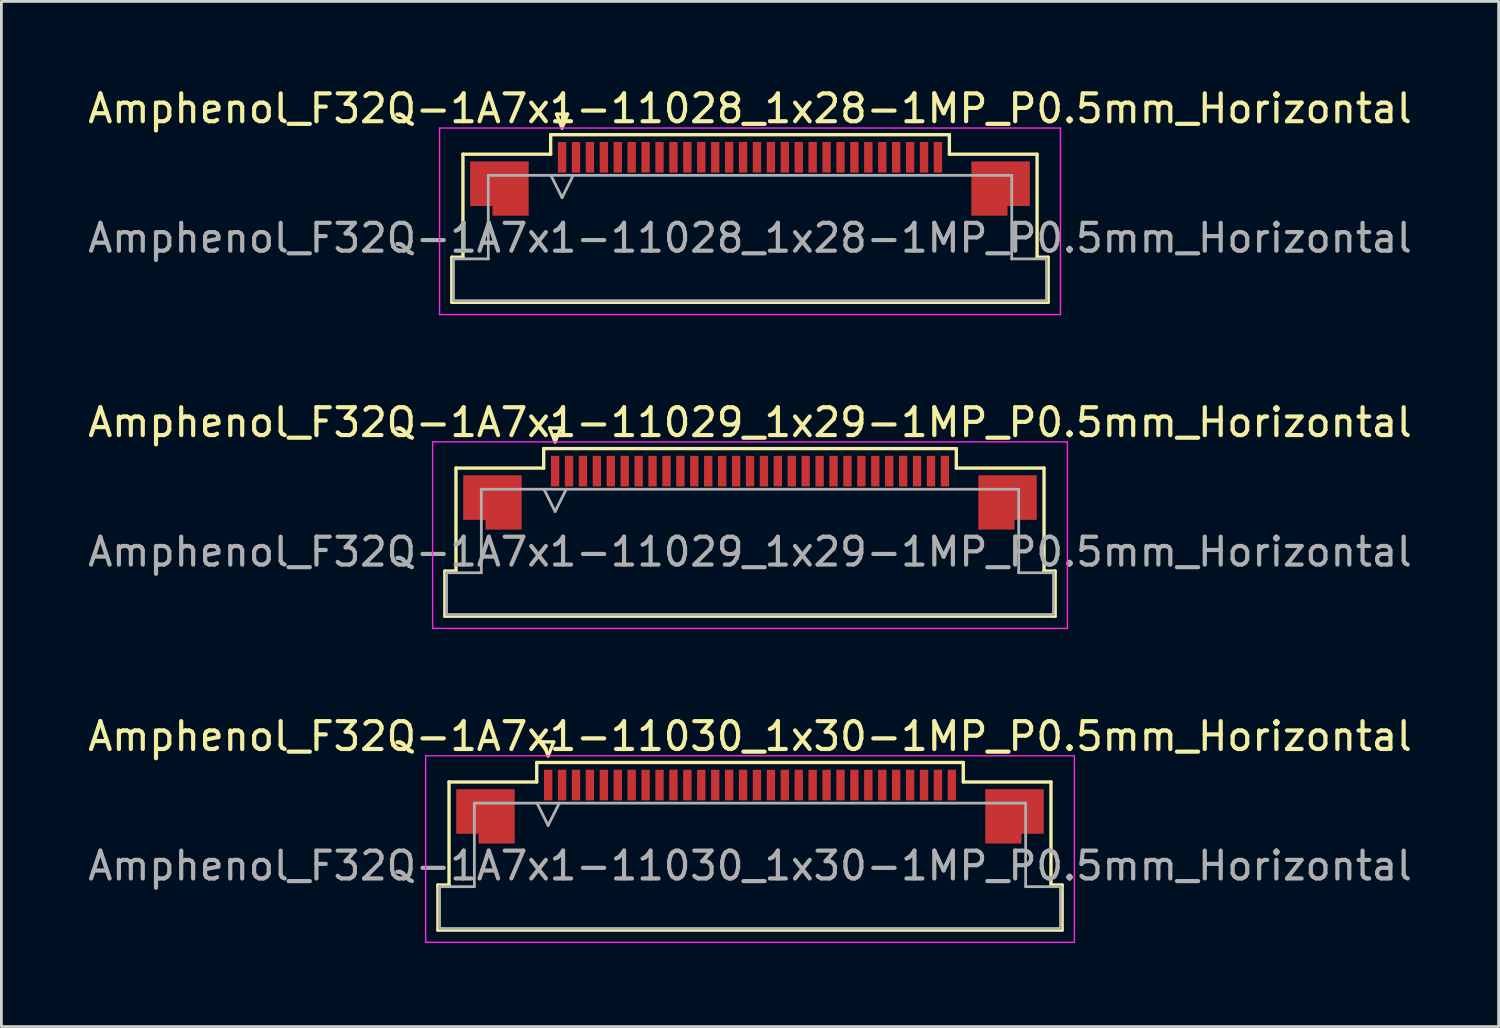
<source format=kicad_pcb>
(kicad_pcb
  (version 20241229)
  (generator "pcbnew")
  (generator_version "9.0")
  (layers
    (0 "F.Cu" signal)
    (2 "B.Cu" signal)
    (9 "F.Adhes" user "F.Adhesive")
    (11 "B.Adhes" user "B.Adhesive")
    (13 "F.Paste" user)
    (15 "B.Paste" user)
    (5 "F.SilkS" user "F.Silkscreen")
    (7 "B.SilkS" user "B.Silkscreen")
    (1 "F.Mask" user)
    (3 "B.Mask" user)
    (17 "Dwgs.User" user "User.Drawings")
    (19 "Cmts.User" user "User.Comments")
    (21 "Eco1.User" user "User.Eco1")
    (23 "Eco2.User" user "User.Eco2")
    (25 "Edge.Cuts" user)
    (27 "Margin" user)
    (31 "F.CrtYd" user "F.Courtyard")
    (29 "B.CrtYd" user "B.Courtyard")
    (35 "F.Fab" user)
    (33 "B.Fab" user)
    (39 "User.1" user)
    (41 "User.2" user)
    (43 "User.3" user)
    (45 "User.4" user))
  (footprint "Amphenol_F32Q-1A7x1-11030_1x30-1MP_P0.5mm_Horizontal"
    (layer "F.Cu")
    (at 23.887 28.045)
    (property "Reference" "Amphenol_F32Q-1A7x1-11030_1x30-1MP_P0.5mm_Horizontal" (at 0 -4.65 0) (layer "F.SilkS") (effects (font (size 1 1) (thickness 0.15))))
    (attr smd)
    (fp_line (start -11.21 0.69) (end -10.81 0.69) (stroke (width 0.12) (type solid)) (layer "F.SilkS"))
    (fp_line (start -11.21 2.31) (end -11.21 0.69) (stroke (width 0.12) (type solid)) (layer "F.SilkS"))
    (fp_line (start -10.81 -3.01) (end -7.66 -3.01) (stroke (width 0.12) (type solid)) (layer "F.SilkS"))
    (fp_line (start -10.81 0.69) (end -10.81 -3.01) (stroke (width 0.12) (type solid)) (layer "F.SilkS"))
    (fp_line (start -7.66 -3.71) (end 7.66 -3.71) (stroke (width 0.12) (type solid)) (layer "F.SilkS"))
    (fp_line (start -7.66 -3.01) (end -7.66 -3.71) (stroke (width 0.12) (type solid)) (layer "F.SilkS"))
    (fp_line (start -7.45 -4.45) (end -7.25 -3.95) (stroke (width 0.12) (type solid)) (layer "F.SilkS"))
    (fp_line (start -7.25 -3.95) (end -7.05 -4.45) (stroke (width 0.12) (type solid)) (layer "F.SilkS"))
    (fp_line (start -7.05 -4.45) (end -7.45 -4.45) (stroke (width 0.12) (type solid)) (layer "F.SilkS"))
    (fp_line (start 7.66 -3.71) (end 7.66 -3.01) (stroke (width 0.12) (type solid)) (layer "F.SilkS"))
    (fp_line (start 7.66 -3.01) (end 10.81 -3.01) (stroke (width 0.12) (type solid)) (layer "F.SilkS"))
    (fp_line (start 10.81 -3.01) (end 10.81 0.69) (stroke (width 0.12) (type solid)) (layer "F.SilkS"))
    (fp_line (start 10.81 0.69) (end 11.21 0.69) (stroke (width 0.12) (type solid)) (layer "F.SilkS"))
    (fp_line (start 11.21 0.69) (end 11.21 2.31) (stroke (width 0.12) (type solid)) (layer "F.SilkS"))
    (fp_line (start 11.21 2.31) (end -11.21 2.31) (stroke (width 0.12) (type solid)) (layer "F.SilkS"))
    (fp_line (start -11.65 -3.95) (end -11.65 2.75) (stroke (width 0.05) (type solid)) (layer "F.CrtYd"))
    (fp_line (start -11.65 2.75) (end 11.65 2.75) (stroke (width 0.05) (type solid)) (layer "F.CrtYd"))
    (fp_line (start 11.65 -3.95) (end -11.65 -3.95) (stroke (width 0.05) (type solid)) (layer "F.CrtYd"))
    (fp_line (start 11.65 2.75) (end 11.65 -3.95) (stroke (width 0.05) (type solid)) (layer "F.CrtYd"))
    (fp_line (start -11.15 0.75) (end -9.9 0.75) (stroke (width 0.1) (type solid)) (layer "F.Fab"))
    (fp_line (start -11.15 2.25) (end -11.15 0.75) (stroke (width 0.1) (type solid)) (layer "F.Fab"))
    (fp_line (start -9.9 -2.25) (end 9.9 -2.25) (stroke (width 0.1) (type solid)) (layer "F.Fab"))
    (fp_line (start -9.9 0.75) (end -9.9 -2.25) (stroke (width 0.1) (type solid)) (layer "F.Fab"))
    (fp_line (start -7.65 -2.25) (end -7.25 -1.45) (stroke (width 0.1) (type solid)) (layer "F.Fab"))
    (fp_line (start -7.25 -1.45) (end -6.85 -2.25) (stroke (width 0.1) (type solid)) (layer "F.Fab"))
    (fp_line (start 9.9 -2.25) (end 9.9 0.75) (stroke (width 0.1) (type solid)) (layer "F.Fab"))
    (fp_line (start 9.9 0.75) (end 11.15 0.75) (stroke (width 0.1) (type solid)) (layer "F.Fab"))
    (fp_line (start 11.15 0.75) (end 11.15 2.25) (stroke (width 0.1) (type solid)) (layer "F.Fab"))
    (fp_line (start 11.15 2.25) (end -11.15 2.25) (stroke (width 0.1) (type solid)) (layer "F.Fab"))
    (fp_text user "${REFERENCE}" (at 0 0 0) (layer "F.Fab") (effects (font (size 1 1) (thickness 0.15))))
    (pad "1" smd rect (at -7.25 -2.9) (size 0.3 1.1) (layers "F.Cu" "F.Mask" "F.Paste"))
    (pad "2" smd rect (at -6.75 -2.9) (size 0.3 1.1) (layers "F.Cu" "F.Mask" "F.Paste"))
    (pad "3" smd rect (at -6.25 -2.9) (size 0.3 1.1) (layers "F.Cu" "F.Mask" "F.Paste"))
    (pad "4" smd rect (at -5.75 -2.9) (size 0.3 1.1) (layers "F.Cu" "F.Mask" "F.Paste"))
    (pad "5" smd rect (at -5.25 -2.9) (size 0.3 1.1) (layers "F.Cu" "F.Mask" "F.Paste"))
    (pad "6" smd rect (at -4.75 -2.9) (size 0.3 1.1) (layers "F.Cu" "F.Mask" "F.Paste"))
    (pad "7" smd rect (at -4.25 -2.9) (size 0.3 1.1) (layers "F.Cu" "F.Mask" "F.Paste"))
    (pad "8" smd rect (at -3.75 -2.9) (size 0.3 1.1) (layers "F.Cu" "F.Mask" "F.Paste"))
    (pad "9" smd rect (at -3.25 -2.9) (size 0.3 1.1) (layers "F.Cu" "F.Mask" "F.Paste"))
    (pad "10" smd rect (at -2.75 -2.9) (size 0.3 1.1) (layers "F.Cu" "F.Mask" "F.Paste"))
    (pad "11" smd rect (at -2.25 -2.9) (size 0.3 1.1) (layers "F.Cu" "F.Mask" "F.Paste"))
    (pad "12" smd rect (at -1.75 -2.9) (size 0.3 1.1) (layers "F.Cu" "F.Mask" "F.Paste"))
    (pad "13" smd rect (at -1.25 -2.9) (size 0.3 1.1) (layers "F.Cu" "F.Mask" "F.Paste"))
    (pad "14" smd rect (at -0.75 -2.9) (size 0.3 1.1) (layers "F.Cu" "F.Mask" "F.Paste"))
    (pad "15" smd rect (at -0.25 -2.9) (size 0.3 1.1) (layers "F.Cu" "F.Mask" "F.Paste"))
    (pad "16" smd rect (at 0.25 -2.9) (size 0.3 1.1) (layers "F.Cu" "F.Mask" "F.Paste"))
    (pad "17" smd rect (at 0.75 -2.9) (size 0.3 1.1) (layers "F.Cu" "F.Mask" "F.Paste"))
    (pad "18" smd rect (at 1.25 -2.9) (size 0.3 1.1) (layers "F.Cu" "F.Mask" "F.Paste"))
    (pad "19" smd rect (at 1.75 -2.9) (size 0.3 1.1) (layers "F.Cu" "F.Mask" "F.Paste"))
    (pad "20" smd rect (at 2.25 -2.9) (size 0.3 1.1) (layers "F.Cu" "F.Mask" "F.Paste"))
    (pad "21" smd rect (at 2.75 -2.9) (size 0.3 1.1) (layers "F.Cu" "F.Mask" "F.Paste"))
    (pad "22" smd rect (at 3.25 -2.9) (size 0.3 1.1) (layers "F.Cu" "F.Mask" "F.Paste"))
    (pad "23" smd rect (at 3.75 -2.9) (size 0.3 1.1) (layers "F.Cu" "F.Mask" "F.Paste"))
    (pad "24" smd rect (at 4.25 -2.9) (size 0.3 1.1) (layers "F.Cu" "F.Mask" "F.Paste"))
    (pad "25" smd rect (at 4.75 -2.9) (size 0.3 1.1) (layers "F.Cu" "F.Mask" "F.Paste"))
    (pad "26" smd rect (at 5.25 -2.9) (size 0.3 1.1) (layers "F.Cu" "F.Mask" "F.Paste"))
    (pad "27" smd rect (at 5.75 -2.9) (size 0.3 1.1) (layers "F.Cu" "F.Mask" "F.Paste"))
    (pad "28" smd rect (at 6.25 -2.9) (size 0.3 1.1) (layers "F.Cu" "F.Mask" "F.Paste"))
    (pad "29" smd rect (at 6.75 -2.9) (size 0.3 1.1) (layers "F.Cu" "F.Mask" "F.Paste"))
    (pad "30" smd rect (at 7.25 -2.9) (size 0.3 1.1) (layers "F.Cu" "F.Mask" "F.Paste"))
    (pad "MP" smd custom (at -9.5 -1.775) (size 1 1) (layers "F.Cu" "F.Mask" "F.Paste") (options (anchor circle)) (primitives (gr_poly (pts (xy 1.05 -0.975) (xy 1.05 0.975) (xy -0.25 0.975) (xy -0.25 0.625) (xy -1.05 0.625) (xy -1.05 -0.975) (xy 1.05 -0.975)) (width 0) (fill yes))))
    (pad "MP" smd custom (at 9.5 -1.775) (size 1 1) (layers "F.Cu" "F.Mask" "F.Paste") (options (anchor circle)) (primitives (gr_poly (pts (xy -1.05 -0.975) (xy -1.05 0.975) (xy 0.25 0.975) (xy 0.25 0.625) (xy 1.05 0.625) (xy 1.05 -0.975) (xy -1.05 -0.975)) (width 0) (fill yes)))))
  (footprint "Amphenol_F32Q-1A7x1-11029_1x29-1MP_P0.5mm_Horizontal"
    (layer "F.Cu")
    (at 23.887 16.771)
    (property "Reference" "Amphenol_F32Q-1A7x1-11029_1x29-1MP_P0.5mm_Horizontal" (at 0 -4.65 0) (layer "F.SilkS") (effects (font (size 1 1) (thickness 0.15))))
    (attr smd)
    (fp_line (start -10.96 0.69) (end -10.56 0.69) (stroke (width 0.12) (type solid)) (layer "F.SilkS"))
    (fp_line (start -10.96 2.31) (end -10.96 0.69) (stroke (width 0.12) (type solid)) (layer "F.SilkS"))
    (fp_line (start -10.56 -3.01) (end -7.41 -3.01) (stroke (width 0.12) (type solid)) (layer "F.SilkS"))
    (fp_line (start -10.56 0.69) (end -10.56 -3.01) (stroke (width 0.12) (type solid)) (layer "F.SilkS"))
    (fp_line (start -7.41 -3.71) (end 7.41 -3.71) (stroke (width 0.12) (type solid)) (layer "F.SilkS"))
    (fp_line (start -7.41 -3.01) (end -7.41 -3.71) (stroke (width 0.12) (type solid)) (layer "F.SilkS"))
    (fp_line (start -7.2 -4.45) (end -7 -3.95) (stroke (width 0.12) (type solid)) (layer "F.SilkS"))
    (fp_line (start -7 -3.95) (end -6.8 -4.45) (stroke (width 0.12) (type solid)) (layer "F.SilkS"))
    (fp_line (start -6.8 -4.45) (end -7.2 -4.45) (stroke (width 0.12) (type solid)) (layer "F.SilkS"))
    (fp_line (start 7.41 -3.71) (end 7.41 -3.01) (stroke (width 0.12) (type solid)) (layer "F.SilkS"))
    (fp_line (start 7.41 -3.01) (end 10.56 -3.01) (stroke (width 0.12) (type solid)) (layer "F.SilkS"))
    (fp_line (start 10.56 -3.01) (end 10.56 0.69) (stroke (width 0.12) (type solid)) (layer "F.SilkS"))
    (fp_line (start 10.56 0.69) (end 10.96 0.69) (stroke (width 0.12) (type solid)) (layer "F.SilkS"))
    (fp_line (start 10.96 0.69) (end 10.96 2.31) (stroke (width 0.12) (type solid)) (layer "F.SilkS"))
    (fp_line (start 10.96 2.31) (end -10.96 2.31) (stroke (width 0.12) (type solid)) (layer "F.SilkS"))
    (fp_line (start -11.4 -3.95) (end -11.4 2.75) (stroke (width 0.05) (type solid)) (layer "F.CrtYd"))
    (fp_line (start -11.4 2.75) (end 11.4 2.75) (stroke (width 0.05) (type solid)) (layer "F.CrtYd"))
    (fp_line (start 11.4 -3.95) (end -11.4 -3.95) (stroke (width 0.05) (type solid)) (layer "F.CrtYd"))
    (fp_line (start 11.4 2.75) (end 11.4 -3.95) (stroke (width 0.05) (type solid)) (layer "F.CrtYd"))
    (fp_line (start -10.9 0.75) (end -9.65 0.75) (stroke (width 0.1) (type solid)) (layer "F.Fab"))
    (fp_line (start -10.9 2.25) (end -10.9 0.75) (stroke (width 0.1) (type solid)) (layer "F.Fab"))
    (fp_line (start -9.65 -2.25) (end 9.65 -2.25) (stroke (width 0.1) (type solid)) (layer "F.Fab"))
    (fp_line (start -9.65 0.75) (end -9.65 -2.25) (stroke (width 0.1) (type solid)) (layer "F.Fab"))
    (fp_line (start -7.4 -2.25) (end -7 -1.45) (stroke (width 0.1) (type solid)) (layer "F.Fab"))
    (fp_line (start -7 -1.45) (end -6.6 -2.25) (stroke (width 0.1) (type solid)) (layer "F.Fab"))
    (fp_line (start 9.65 -2.25) (end 9.65 0.75) (stroke (width 0.1) (type solid)) (layer "F.Fab"))
    (fp_line (start 9.65 0.75) (end 10.9 0.75) (stroke (width 0.1) (type solid)) (layer "F.Fab"))
    (fp_line (start 10.9 0.75) (end 10.9 2.25) (stroke (width 0.1) (type solid)) (layer "F.Fab"))
    (fp_line (start 10.9 2.25) (end -10.9 2.25) (stroke (width 0.1) (type solid)) (layer "F.Fab"))
    (fp_text user "${REFERENCE}" (at 0 0 0) (layer "F.Fab") (effects (font (size 1 1) (thickness 0.15))))
    (pad "1" smd rect (at -7 -2.9) (size 0.3 1.1) (layers "F.Cu" "F.Mask" "F.Paste"))
    (pad "2" smd rect (at -6.5 -2.9) (size 0.3 1.1) (layers "F.Cu" "F.Mask" "F.Paste"))
    (pad "3" smd rect (at -6 -2.9) (size 0.3 1.1) (layers "F.Cu" "F.Mask" "F.Paste"))
    (pad "4" smd rect (at -5.5 -2.9) (size 0.3 1.1) (layers "F.Cu" "F.Mask" "F.Paste"))
    (pad "5" smd rect (at -5 -2.9) (size 0.3 1.1) (layers "F.Cu" "F.Mask" "F.Paste"))
    (pad "6" smd rect (at -4.5 -2.9) (size 0.3 1.1) (layers "F.Cu" "F.Mask" "F.Paste"))
    (pad "7" smd rect (at -4 -2.9) (size 0.3 1.1) (layers "F.Cu" "F.Mask" "F.Paste"))
    (pad "8" smd rect (at -3.5 -2.9) (size 0.3 1.1) (layers "F.Cu" "F.Mask" "F.Paste"))
    (pad "9" smd rect (at -3 -2.9) (size 0.3 1.1) (layers "F.Cu" "F.Mask" "F.Paste"))
    (pad "10" smd rect (at -2.5 -2.9) (size 0.3 1.1) (layers "F.Cu" "F.Mask" "F.Paste"))
    (pad "11" smd rect (at -2 -2.9) (size 0.3 1.1) (layers "F.Cu" "F.Mask" "F.Paste"))
    (pad "12" smd rect (at -1.5 -2.9) (size 0.3 1.1) (layers "F.Cu" "F.Mask" "F.Paste"))
    (pad "13" smd rect (at -1 -2.9) (size 0.3 1.1) (layers "F.Cu" "F.Mask" "F.Paste"))
    (pad "14" smd rect (at -0.5 -2.9) (size 0.3 1.1) (layers "F.Cu" "F.Mask" "F.Paste"))
    (pad "15" smd rect (at 0 -2.9) (size 0.3 1.1) (layers "F.Cu" "F.Mask" "F.Paste"))
    (pad "16" smd rect (at 0.5 -2.9) (size 0.3 1.1) (layers "F.Cu" "F.Mask" "F.Paste"))
    (pad "17" smd rect (at 1 -2.9) (size 0.3 1.1) (layers "F.Cu" "F.Mask" "F.Paste"))
    (pad "18" smd rect (at 1.5 -2.9) (size 0.3 1.1) (layers "F.Cu" "F.Mask" "F.Paste"))
    (pad "19" smd rect (at 2 -2.9) (size 0.3 1.1) (layers "F.Cu" "F.Mask" "F.Paste"))
    (pad "20" smd rect (at 2.5 -2.9) (size 0.3 1.1) (layers "F.Cu" "F.Mask" "F.Paste"))
    (pad "21" smd rect (at 3 -2.9) (size 0.3 1.1) (layers "F.Cu" "F.Mask" "F.Paste"))
    (pad "22" smd rect (at 3.5 -2.9) (size 0.3 1.1) (layers "F.Cu" "F.Mask" "F.Paste"))
    (pad "23" smd rect (at 4 -2.9) (size 0.3 1.1) (layers "F.Cu" "F.Mask" "F.Paste"))
    (pad "24" smd rect (at 4.5 -2.9) (size 0.3 1.1) (layers "F.Cu" "F.Mask" "F.Paste"))
    (pad "25" smd rect (at 5 -2.9) (size 0.3 1.1) (layers "F.Cu" "F.Mask" "F.Paste"))
    (pad "26" smd rect (at 5.5 -2.9) (size 0.3 1.1) (layers "F.Cu" "F.Mask" "F.Paste"))
    (pad "27" smd rect (at 6 -2.9) (size 0.3 1.1) (layers "F.Cu" "F.Mask" "F.Paste"))
    (pad "28" smd rect (at 6.5 -2.9) (size 0.3 1.1) (layers "F.Cu" "F.Mask" "F.Paste"))
    (pad "29" smd rect (at 7 -2.9) (size 0.3 1.1) (layers "F.Cu" "F.Mask" "F.Paste"))
    (pad "MP" smd custom (at -9.25 -1.775) (size 1 1) (layers "F.Cu" "F.Mask" "F.Paste") (options (anchor circle)) (primitives (gr_poly (pts (xy 1.05 -0.975) (xy 1.05 0.975) (xy -0.25 0.975) (xy -0.25 0.625) (xy -1.05 0.625) (xy -1.05 -0.975) (xy 1.05 -0.975)) (width 0) (fill yes))))
    (pad "MP" smd custom (at 9.25 -1.775) (size 1 1) (layers "F.Cu" "F.Mask" "F.Paste") (options (anchor circle)) (primitives (gr_poly (pts (xy -1.05 -0.975) (xy -1.05 0.975) (xy 0.25 0.975) (xy 0.25 0.625) (xy 1.05 0.625) (xy 1.05 -0.975) (xy -1.05 -0.975)) (width 0) (fill yes)))))
  (footprint "Amphenol_F32Q-1A7x1-11028_1x28-1MP_P0.5mm_Horizontal"
    (layer "F.Cu")
    (at 23.887 5.498)
    (property "Reference" "Amphenol_F32Q-1A7x1-11028_1x28-1MP_P0.5mm_Horizontal" (at 0 -4.65 0) (layer "F.SilkS") (effects (font (size 1 1) (thickness 0.15))))
    (attr smd)
    (fp_line (start -10.71 0.69) (end -10.31 0.69) (stroke (width 0.12) (type solid)) (layer "F.SilkS"))
    (fp_line (start -10.71 2.31) (end -10.71 0.69) (stroke (width 0.12) (type solid)) (layer "F.SilkS"))
    (fp_line (start -10.31 -3.01) (end -7.16 -3.01) (stroke (width 0.12) (type solid)) (layer "F.SilkS"))
    (fp_line (start -10.31 0.69) (end -10.31 -3.01) (stroke (width 0.12) (type solid)) (layer "F.SilkS"))
    (fp_line (start -7.16 -3.71) (end 7.16 -3.71) (stroke (width 0.12) (type solid)) (layer "F.SilkS"))
    (fp_line (start -7.16 -3.01) (end -7.16 -3.71) (stroke (width 0.12) (type solid)) (layer "F.SilkS"))
    (fp_line (start -6.95 -4.45) (end -6.75 -3.95) (stroke (width 0.12) (type solid)) (layer "F.SilkS"))
    (fp_line (start -6.75 -3.95) (end -6.55 -4.45) (stroke (width 0.12) (type solid)) (layer "F.SilkS"))
    (fp_line (start -6.55 -4.45) (end -6.95 -4.45) (stroke (width 0.12) (type solid)) (layer "F.SilkS"))
    (fp_line (start 7.16 -3.71) (end 7.16 -3.01) (stroke (width 0.12) (type solid)) (layer "F.SilkS"))
    (fp_line (start 7.16 -3.01) (end 10.31 -3.01) (stroke (width 0.12) (type solid)) (layer "F.SilkS"))
    (fp_line (start 10.31 -3.01) (end 10.31 0.69) (stroke (width 0.12) (type solid)) (layer "F.SilkS"))
    (fp_line (start 10.31 0.69) (end 10.71 0.69) (stroke (width 0.12) (type solid)) (layer "F.SilkS"))
    (fp_line (start 10.71 0.69) (end 10.71 2.31) (stroke (width 0.12) (type solid)) (layer "F.SilkS"))
    (fp_line (start 10.71 2.31) (end -10.71 2.31) (stroke (width 0.12) (type solid)) (layer "F.SilkS"))
    (fp_line (start -11.15 -3.95) (end -11.15 2.75) (stroke (width 0.05) (type solid)) (layer "F.CrtYd"))
    (fp_line (start -11.15 2.75) (end 11.15 2.75) (stroke (width 0.05) (type solid)) (layer "F.CrtYd"))
    (fp_line (start 11.15 -3.95) (end -11.15 -3.95) (stroke (width 0.05) (type solid)) (layer "F.CrtYd"))
    (fp_line (start 11.15 2.75) (end 11.15 -3.95) (stroke (width 0.05) (type solid)) (layer "F.CrtYd"))
    (fp_line (start -10.65 0.75) (end -9.4 0.75) (stroke (width 0.1) (type solid)) (layer "F.Fab"))
    (fp_line (start -10.65 2.25) (end -10.65 0.75) (stroke (width 0.1) (type solid)) (layer "F.Fab"))
    (fp_line (start -9.4 -2.25) (end 9.4 -2.25) (stroke (width 0.1) (type solid)) (layer "F.Fab"))
    (fp_line (start -9.4 0.75) (end -9.4 -2.25) (stroke (width 0.1) (type solid)) (layer "F.Fab"))
    (fp_line (start -7.15 -2.25) (end -6.75 -1.45) (stroke (width 0.1) (type solid)) (layer "F.Fab"))
    (fp_line (start -6.75 -1.45) (end -6.35 -2.25) (stroke (width 0.1) (type solid)) (layer "F.Fab"))
    (fp_line (start 9.4 -2.25) (end 9.4 0.75) (stroke (width 0.1) (type solid)) (layer "F.Fab"))
    (fp_line (start 9.4 0.75) (end 10.65 0.75) (stroke (width 0.1) (type solid)) (layer "F.Fab"))
    (fp_line (start 10.65 0.75) (end 10.65 2.25) (stroke (width 0.1) (type solid)) (layer "F.Fab"))
    (fp_line (start 10.65 2.25) (end -10.65 2.25) (stroke (width 0.1) (type solid)) (layer "F.Fab"))
    (fp_text user "${REFERENCE}" (at 0 0 0) (layer "F.Fab") (effects (font (size 1 1) (thickness 0.15))))
    (pad "1" smd rect (at -6.75 -2.9) (size 0.3 1.1) (layers "F.Cu" "F.Mask" "F.Paste"))
    (pad "2" smd rect (at -6.25 -2.9) (size 0.3 1.1) (layers "F.Cu" "F.Mask" "F.Paste"))
    (pad "3" smd rect (at -5.75 -2.9) (size 0.3 1.1) (layers "F.Cu" "F.Mask" "F.Paste"))
    (pad "4" smd rect (at -5.25 -2.9) (size 0.3 1.1) (layers "F.Cu" "F.Mask" "F.Paste"))
    (pad "5" smd rect (at -4.75 -2.9) (size 0.3 1.1) (layers "F.Cu" "F.Mask" "F.Paste"))
    (pad "6" smd rect (at -4.25 -2.9) (size 0.3 1.1) (layers "F.Cu" "F.Mask" "F.Paste"))
    (pad "7" smd rect (at -3.75 -2.9) (size 0.3 1.1) (layers "F.Cu" "F.Mask" "F.Paste"))
    (pad "8" smd rect (at -3.25 -2.9) (size 0.3 1.1) (layers "F.Cu" "F.Mask" "F.Paste"))
    (pad "9" smd rect (at -2.75 -2.9) (size 0.3 1.1) (layers "F.Cu" "F.Mask" "F.Paste"))
    (pad "10" smd rect (at -2.25 -2.9) (size 0.3 1.1) (layers "F.Cu" "F.Mask" "F.Paste"))
    (pad "11" smd rect (at -1.75 -2.9) (size 0.3 1.1) (layers "F.Cu" "F.Mask" "F.Paste"))
    (pad "12" smd rect (at -1.25 -2.9) (size 0.3 1.1) (layers "F.Cu" "F.Mask" "F.Paste"))
    (pad "13" smd rect (at -0.75 -2.9) (size 0.3 1.1) (layers "F.Cu" "F.Mask" "F.Paste"))
    (pad "14" smd rect (at -0.25 -2.9) (size 0.3 1.1) (layers "F.Cu" "F.Mask" "F.Paste"))
    (pad "15" smd rect (at 0.25 -2.9) (size 0.3 1.1) (layers "F.Cu" "F.Mask" "F.Paste"))
    (pad "16" smd rect (at 0.75 -2.9) (size 0.3 1.1) (layers "F.Cu" "F.Mask" "F.Paste"))
    (pad "17" smd rect (at 1.25 -2.9) (size 0.3 1.1) (layers "F.Cu" "F.Mask" "F.Paste"))
    (pad "18" smd rect (at 1.75 -2.9) (size 0.3 1.1) (layers "F.Cu" "F.Mask" "F.Paste"))
    (pad "19" smd rect (at 2.25 -2.9) (size 0.3 1.1) (layers "F.Cu" "F.Mask" "F.Paste"))
    (pad "20" smd rect (at 2.75 -2.9) (size 0.3 1.1) (layers "F.Cu" "F.Mask" "F.Paste"))
    (pad "21" smd rect (at 3.25 -2.9) (size 0.3 1.1) (layers "F.Cu" "F.Mask" "F.Paste"))
    (pad "22" smd rect (at 3.75 -2.9) (size 0.3 1.1) (layers "F.Cu" "F.Mask" "F.Paste"))
    (pad "23" smd rect (at 4.25 -2.9) (size 0.3 1.1) (layers "F.Cu" "F.Mask" "F.Paste"))
    (pad "24" smd rect (at 4.75 -2.9) (size 0.3 1.1) (layers "F.Cu" "F.Mask" "F.Paste"))
    (pad "25" smd rect (at 5.25 -2.9) (size 0.3 1.1) (layers "F.Cu" "F.Mask" "F.Paste"))
    (pad "26" smd rect (at 5.75 -2.9) (size 0.3 1.1) (layers "F.Cu" "F.Mask" "F.Paste"))
    (pad "27" smd rect (at 6.25 -2.9) (size 0.3 1.1) (layers "F.Cu" "F.Mask" "F.Paste"))
    (pad "28" smd rect (at 6.75 -2.9) (size 0.3 1.1) (layers "F.Cu" "F.Mask" "F.Paste"))
    (pad "MP" smd custom (at -9 -1.775) (size 1 1) (layers "F.Cu" "F.Mask" "F.Paste") (options (anchor circle)) (primitives (gr_poly (pts (xy 1.05 -0.975) (xy 1.05 0.975) (xy -0.25 0.975) (xy -0.25 0.625) (xy -1.05 0.625) (xy -1.05 -0.975) (xy 1.05 -0.975)) (width 0) (fill yes))))
    (pad "MP" smd custom (at 9 -1.775) (size 1 1) (layers "F.Cu" "F.Mask" "F.Paste") (options (anchor circle)) (primitives (gr_poly (pts (xy -1.05 -0.975) (xy -1.05 0.975) (xy 0.25 0.975) (xy 0.25 0.625) (xy 1.05 0.625) (xy 1.05 -0.975) (xy -1.05 -0.975)) (width 0) (fill yes)))))
  (gr_rect
    (start -3 -3)
    (end 50.774 33.82)
    (stroke (width 0.1) (type default))
    (fill no)
    (layer "Edge.Cuts")))
</source>
